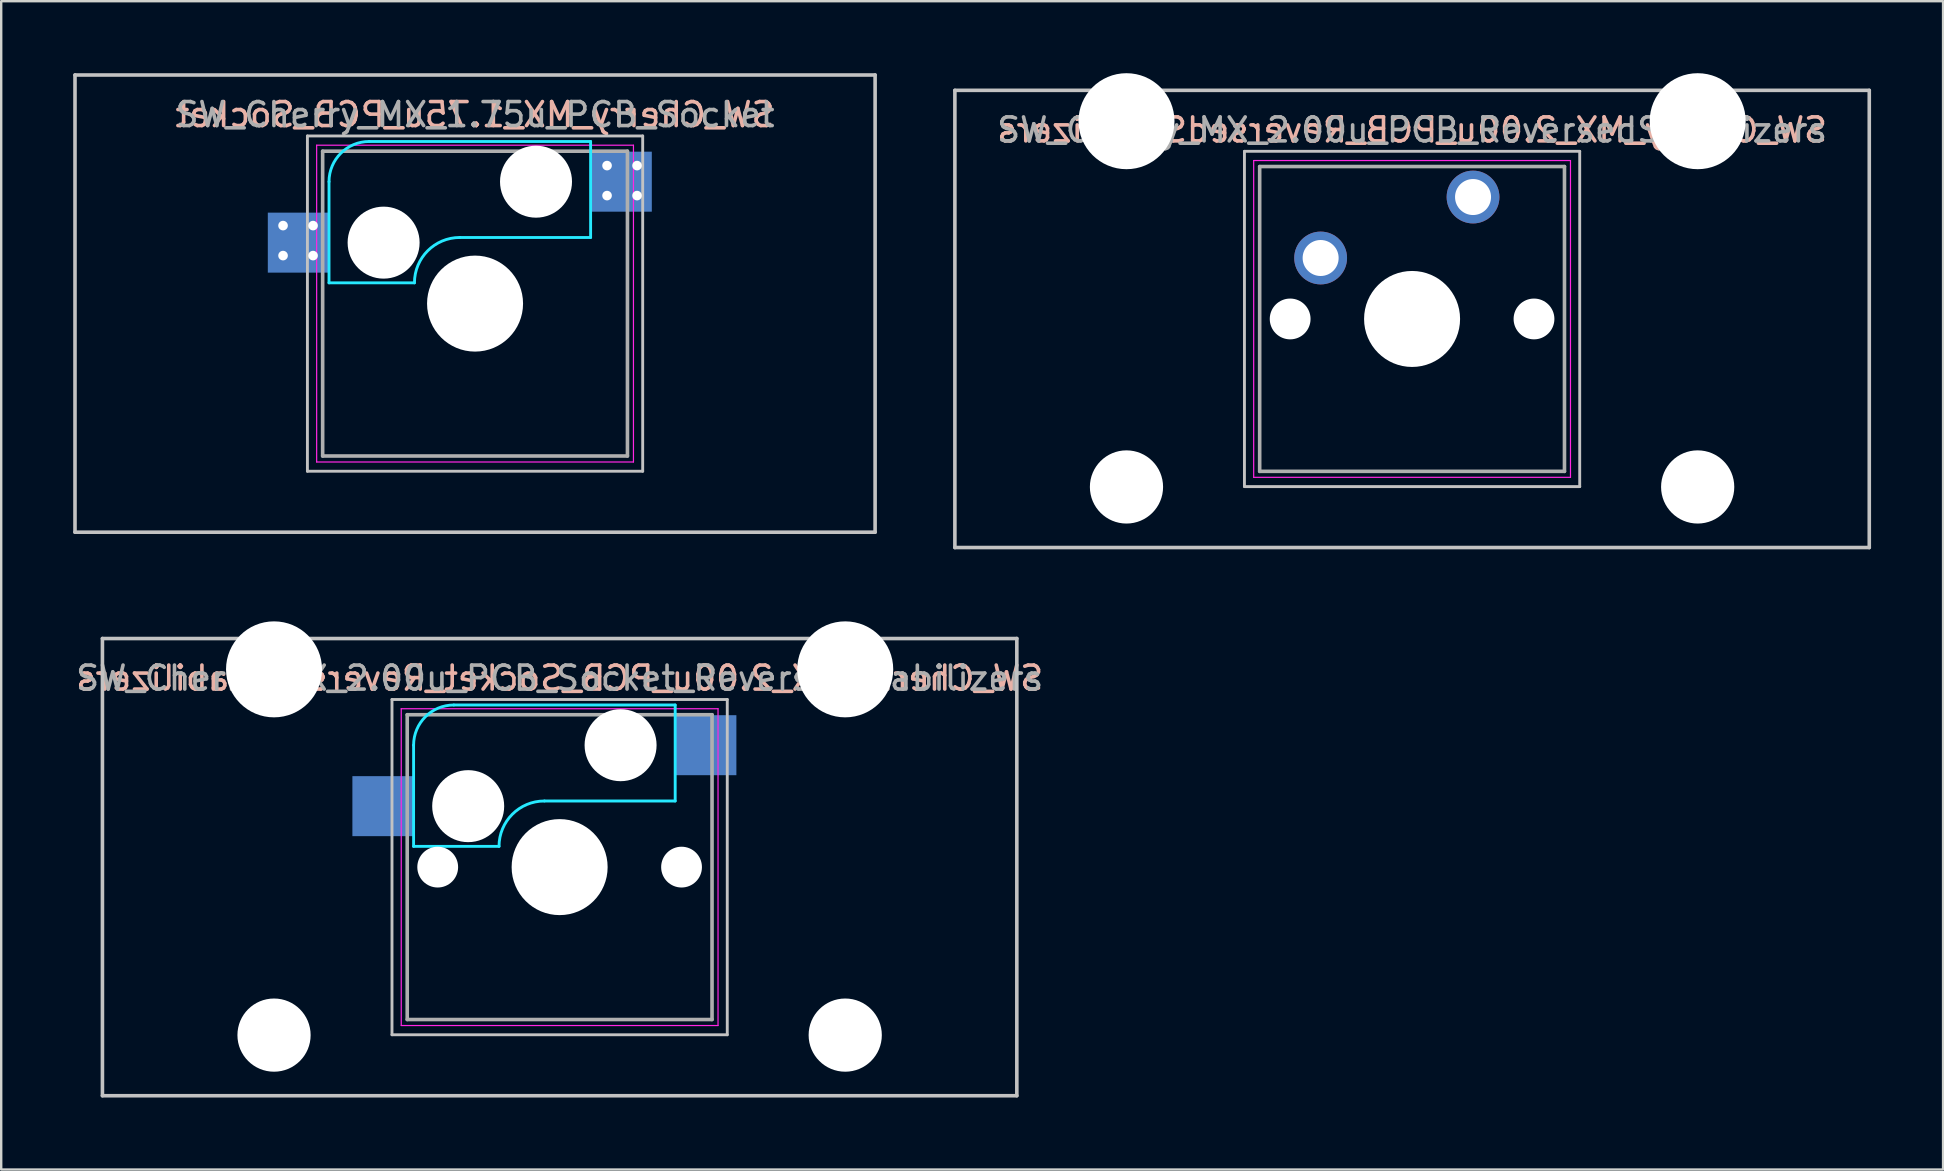
<source format=kicad_pcb>
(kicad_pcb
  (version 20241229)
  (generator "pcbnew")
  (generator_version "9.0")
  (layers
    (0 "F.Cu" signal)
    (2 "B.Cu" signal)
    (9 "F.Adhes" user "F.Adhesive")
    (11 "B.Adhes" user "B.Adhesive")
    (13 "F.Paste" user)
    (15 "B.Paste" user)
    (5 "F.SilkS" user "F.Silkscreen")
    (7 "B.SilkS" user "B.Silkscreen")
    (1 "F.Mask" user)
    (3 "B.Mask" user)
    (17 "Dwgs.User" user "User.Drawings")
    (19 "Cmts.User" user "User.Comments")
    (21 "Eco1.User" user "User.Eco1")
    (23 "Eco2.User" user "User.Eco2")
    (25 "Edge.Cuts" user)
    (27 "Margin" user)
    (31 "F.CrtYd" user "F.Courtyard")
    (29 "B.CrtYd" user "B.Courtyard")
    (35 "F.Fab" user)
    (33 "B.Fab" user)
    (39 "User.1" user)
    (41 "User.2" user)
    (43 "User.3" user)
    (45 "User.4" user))
  (footprint "SW_Cherry_MX_2.00u_PCB_ReversedStabilizers"
    (layer "F.Cu")
    (at 36.737 0.715)
    (property "Reference" "SW_Cherry_MX_2.00u_PCB_ReversedStabilizers" (at 19.05 1.651 0) (layer "B.SilkS") (effects (font (size 1 1) (thickness 0.15)) (justify mirror)))
    (attr through_hole)
    (fp_line (start 0 0) (end 38.1 0) (stroke (width 0.15) (type solid)) (layer "Dwgs.User"))
    (fp_line (start 0 19.05) (end 0 0) (stroke (width 0.15) (type solid)) (layer "Dwgs.User"))
    (fp_line (start 12.065 2.54) (end 26.035 2.54) (stroke (width 0.12) (type solid)) (layer "Dwgs.User"))
    (fp_line (start 12.065 16.51) (end 12.065 2.54) (stroke (width 0.12) (type solid)) (layer "Dwgs.User"))
    (fp_line (start 26.035 2.54) (end 26.035 16.51) (stroke (width 0.12) (type solid)) (layer "Dwgs.User"))
    (fp_line (start 26.035 16.51) (end 12.065 16.51) (stroke (width 0.12) (type solid)) (layer "Dwgs.User"))
    (fp_line (start 38.1 0) (end 38.1 19.05) (stroke (width 0.15) (type solid)) (layer "Dwgs.User"))
    (fp_line (start 38.1 19.05) (end 0 19.05) (stroke (width 0.15) (type solid)) (layer "Dwgs.User"))
    (fp_line (start 12.45 2.925) (end 25.65 2.925) (stroke (width 0.05) (type solid)) (layer "F.CrtYd"))
    (fp_line (start 12.45 16.125) (end 12.45 2.925) (stroke (width 0.05) (type solid)) (layer "F.CrtYd"))
    (fp_line (start 25.65 2.925) (end 25.65 16.125) (stroke (width 0.05) (type solid)) (layer "F.CrtYd"))
    (fp_line (start 25.65 16.125) (end 12.45 16.125) (stroke (width 0.05) (type solid)) (layer "F.CrtYd"))
    (fp_line (start 12.7 3.175) (end 25.4 3.175) (stroke (width 0.15) (type solid)) (layer "F.Fab"))
    (fp_line (start 12.7 15.875) (end 12.7 3.175) (stroke (width 0.15) (type solid)) (layer "F.Fab"))
    (fp_line (start 25.4 3.175) (end 25.4 15.875) (stroke (width 0.15) (type solid)) (layer "F.Fab"))
    (fp_line (start 25.4 15.875) (end 12.7 15.875) (stroke (width 0.15) (type solid)) (layer "F.Fab"))
    (fp_text user "${REFERENCE}" (at 19.05 1.651 0) (layer "F.Fab") (effects (font (size 1 1) (thickness 0.15))))
    (pad "" np_thru_hole circle (at 7.15 1.285) (size 4 4) (drill 4) (layers "*.Cu" "*.Mask"))
    (pad "" np_thru_hole circle (at 7.15 16.525) (size 3.05 3.05) (drill 3.05) (layers "*.Cu" "*.Mask"))
    (pad "" np_thru_hole circle (at 13.97 9.525) (size 1.7 1.7) (drill 1.7) (layers "*.Cu" "*.Mask"))
    (pad "" np_thru_hole circle (at 19.05 9.525) (size 4 4) (drill 4) (layers "*.Cu" "*.Mask"))
    (pad "" np_thru_hole circle (at 24.13 9.525) (size 1.7 1.7) (drill 1.7) (layers "*.Cu" "*.Mask"))
    (pad "" np_thru_hole circle (at 30.95 1.285) (size 4 4) (drill 4) (layers "*.Cu" "*.Mask"))
    (pad "" np_thru_hole circle (at 30.95 16.525) (size 3.05 3.05) (drill 3.05) (layers "*.Cu" "*.Mask"))
    (pad "1" thru_hole circle (at 21.59 4.445) (size 2.2 2.2) (drill 1.5) (layers "*.Cu" "*.Mask"))
    (pad "2" thru_hole circle (at 15.24 6.985) (size 2.2 2.2) (drill 1.5) (layers "*.Cu" "*.Mask")))
  (footprint "SW_Cherry_MX_1.75u_PCB_Socket"
    (layer "F.Cu")
    (at 16.744 9.6)
    (property "Reference" "SW_Cherry_MX_1.75u_PCB_Socket" (at 0 -7.874 0) (layer "B.SilkS") (effects (font (size 1 1) (thickness 0.15)) (justify mirror)))
    (attr through_hole)
    (fp_line (start -16.669 -9.525) (end 16.669 -9.525) (stroke (width 0.15) (type solid)) (layer "Dwgs.User"))
    (fp_line (start -16.669 9.525) (end -16.669 -9.525) (stroke (width 0.15) (type solid)) (layer "Dwgs.User"))
    (fp_line (start -6.985 -6.985) (end 6.985 -6.985) (stroke (width 0.12) (type solid)) (layer "Dwgs.User"))
    (fp_line (start -6.985 6.985) (end -6.985 -6.985) (stroke (width 0.12) (type solid)) (layer "Dwgs.User"))
    (fp_line (start 6.985 -6.985) (end 6.985 6.985) (stroke (width 0.12) (type solid)) (layer "Dwgs.User"))
    (fp_line (start 6.985 6.985) (end -6.985 6.985) (stroke (width 0.12) (type solid)) (layer "Dwgs.User"))
    (fp_line (start 16.669 -9.525) (end 16.669 9.525) (stroke (width 0.15) (type solid)) (layer "Dwgs.User"))
    (fp_line (start 16.669 9.525) (end -16.669 9.525) (stroke (width 0.15) (type solid)) (layer "Dwgs.User"))
    (fp_line (start -6.085 -0.865) (end -6.085 -5.08) (stroke (width 0.12) (type solid)) (layer "B.CrtYd"))
    (fp_line (start -6.085 -0.865) (end -2.525 -0.865) (stroke (width 0.12) (type solid)) (layer "B.CrtYd"))
    (fp_line (start -4.41 -6.755) (end 4.815 -6.755) (stroke (width 0.12) (type solid)) (layer "B.CrtYd"))
    (fp_line (start 4.815 -6.755) (end 4.815 -2.755) (stroke (width 0.12) (type solid)) (layer "B.CrtYd"))
    (fp_line (start 4.815 -2.755) (end -0.635 -2.755) (stroke (width 0.12) (type solid)) (layer "B.CrtYd"))
    (fp_arc (start -6.085 -5.08) (mid -5.594404 -6.264404) (end -4.41 -6.755) (stroke (width 0.12) (type solid)) (layer "B.CrtYd"))
    (fp_arc (start -2.525 -0.865) (mid -1.971432 -2.201432) (end -0.635 -2.755) (stroke (width 0.12) (type solid)) (layer "B.CrtYd"))
    (fp_line (start -6.6 -6.6) (end 6.6 -6.6) (stroke (width 0.05) (type solid)) (layer "F.CrtYd"))
    (fp_line (start -6.6 6.6) (end -6.6 -6.6) (stroke (width 0.05) (type solid)) (layer "F.CrtYd"))
    (fp_line (start 6.6 -6.6) (end 6.6 6.6) (stroke (width 0.05) (type solid)) (layer "F.CrtYd"))
    (fp_line (start 6.6 6.6) (end -6.6 6.6) (stroke (width 0.05) (type solid)) (layer "F.CrtYd"))
    (fp_line (start -6.35 -6.35) (end 6.35 -6.35) (stroke (width 0.15) (type solid)) (layer "F.Fab"))
    (fp_line (start -6.35 6.35) (end -6.35 -6.35) (stroke (width 0.15) (type solid)) (layer "F.Fab"))
    (fp_line (start 6.35 -6.35) (end 6.35 6.35) (stroke (width 0.15) (type solid)) (layer "F.Fab"))
    (fp_line (start 6.35 6.35) (end -6.35 6.35) (stroke (width 0.15) (type solid)) (layer "F.Fab"))
    (fp_text user "${REFERENCE}" (at 0 -7.874 0) (layer "F.Fab") (effects (font (size 1 1) (thickness 0.15))))
    (pad "" np_thru_hole circle (at -3.81 -2.54) (size 3 3) (drill 3) (layers "*.Cu" "*.Mask"))
    (pad "" np_thru_hole circle (at 0 0) (size 4 4) (drill 4) (layers "*.Cu" "*.Mask"))
    (pad "" np_thru_hole circle (at 2.54 -5.08) (size 3 3) (drill 3) (layers "*.Cu" "*.Mask"))
    (pad "1" thru_hole circle (at 5.5 -5.75) (size 0.8 0.8) (drill 0.4) (layers "*.Cu" "*.Mask"))
    (pad "1" thru_hole circle (at 5.5 -4.5) (size 0.8 0.8) (drill 0.4) (layers "*.Cu" "*.Mask"))
    (pad "1" smd rect (at 6.09 -5.08) (size 2.55 2.5) (layers "B.Cu" "B.Mask" "B.Paste"))
    (pad "1" thru_hole circle (at 6.75 -5.75) (size 0.8 0.8) (drill 0.4) (layers "*.Cu" "*.Mask"))
    (pad "1" thru_hole circle (at 6.75 -4.5) (size 0.8 0.8) (drill 0.4) (layers "*.Cu" "*.Mask"))
    (pad "2" thru_hole circle (at -8 -3.25) (size 0.8 0.8) (drill 0.4) (layers "*.Cu" "*.Mask"))
    (pad "2" thru_hole circle (at -8 -2) (size 0.8 0.8) (drill 0.4) (layers "*.Cu" "*.Mask"))
    (pad "2" smd rect (at -7.36 -2.54) (size 2.55 2.5) (layers "B.Cu" "B.Mask" "B.Paste"))
    (pad "2" thru_hole circle (at -6.75 -3.25) (size 0.8 0.8) (drill 0.4) (layers "*.Cu" "*.Mask"))
    (pad "2" thru_hole circle (at -6.75 -2) (size 0.8 0.8) (drill 0.4) (layers "*.Cu" "*.Mask")))
  (footprint "SW_Cherry_MX_2.00u_PCB_Socket_ReversedStabilizers"
    (layer "F.Cu")
    (at 20.268 33.08)
    (property "Reference" "SW_Cherry_MX_2.00u_PCB_Socket_ReversedStabilizers" (at 0 -7.874 0) (layer "B.SilkS") (effects (font (size 1 1) (thickness 0.15)) (justify mirror)))
    (attr through_hole)
    (fp_line (start -19.05 -9.525) (end 19.05 -9.525) (stroke (width 0.15) (type solid)) (layer "Dwgs.User"))
    (fp_line (start -19.05 9.525) (end -19.05 -9.525) (stroke (width 0.15) (type solid)) (layer "Dwgs.User"))
    (fp_line (start -6.985 -6.985) (end 6.985 -6.985) (stroke (width 0.12) (type solid)) (layer "Dwgs.User"))
    (fp_line (start -6.985 6.985) (end -6.985 -6.985) (stroke (width 0.12) (type solid)) (layer "Dwgs.User"))
    (fp_line (start 6.985 -6.985) (end 6.985 6.985) (stroke (width 0.12) (type solid)) (layer "Dwgs.User"))
    (fp_line (start 6.985 6.985) (end -6.985 6.985) (stroke (width 0.12) (type solid)) (layer "Dwgs.User"))
    (fp_line (start 19.05 -9.525) (end 19.05 9.525) (stroke (width 0.15) (type solid)) (layer "Dwgs.User"))
    (fp_line (start 19.05 9.525) (end -19.05 9.525) (stroke (width 0.15) (type solid)) (layer "Dwgs.User"))
    (fp_line (start -6.085 -0.865) (end -6.085 -5.08) (stroke (width 0.12) (type solid)) (layer "B.CrtYd"))
    (fp_line (start -6.085 -0.865) (end -2.525 -0.865) (stroke (width 0.12) (type solid)) (layer "B.CrtYd"))
    (fp_line (start -4.41 -6.755) (end 4.815 -6.755) (stroke (width 0.12) (type solid)) (layer "B.CrtYd"))
    (fp_line (start 4.815 -6.755) (end 4.815 -2.755) (stroke (width 0.12) (type solid)) (layer "B.CrtYd"))
    (fp_line (start 4.815 -2.755) (end -0.635 -2.755) (stroke (width 0.12) (type solid)) (layer "B.CrtYd"))
    (fp_arc (start -6.085 -5.08) (mid -5.594404 -6.264404) (end -4.41 -6.755) (stroke (width 0.12) (type solid)) (layer "B.CrtYd"))
    (fp_arc (start -2.525 -0.865) (mid -1.971432 -2.201432) (end -0.635 -2.755) (stroke (width 0.12) (type solid)) (layer "B.CrtYd"))
    (fp_line (start -6.6 -6.6) (end 6.6 -6.6) (stroke (width 0.05) (type solid)) (layer "F.CrtYd"))
    (fp_line (start -6.6 6.6) (end -6.6 -6.6) (stroke (width 0.05) (type solid)) (layer "F.CrtYd"))
    (fp_line (start 6.6 -6.6) (end 6.6 6.6) (stroke (width 0.05) (type solid)) (layer "F.CrtYd"))
    (fp_line (start 6.6 6.6) (end -6.6 6.6) (stroke (width 0.05) (type solid)) (layer "F.CrtYd"))
    (fp_line (start -6.35 -6.35) (end 6.35 -6.35) (stroke (width 0.15) (type solid)) (layer "F.Fab"))
    (fp_line (start -6.35 6.35) (end -6.35 -6.35) (stroke (width 0.15) (type solid)) (layer "F.Fab"))
    (fp_line (start 6.35 -6.35) (end 6.35 6.35) (stroke (width 0.15) (type solid)) (layer "F.Fab"))
    (fp_line (start 6.35 6.35) (end -6.35 6.35) (stroke (width 0.15) (type solid)) (layer "F.Fab"))
    (fp_text user "${REFERENCE}" (at 0 -7.874 0) (layer "F.Fab") (effects (font (size 1 1) (thickness 0.15))))
    (pad "" np_thru_hole circle (at -11.9 -8.24) (size 4 4) (drill 4) (layers "*.Cu" "*.Mask"))
    (pad "" np_thru_hole circle (at -11.9 7) (size 3.05 3.05) (drill 3.05) (layers "*.Cu" "*.Mask"))
    (pad "" np_thru_hole circle (at -5.08 0) (size 1.7 1.7) (drill 1.7) (layers "*.Cu" "*.Mask"))
    (pad "" np_thru_hole circle (at -3.81 -2.54) (size 3 3) (drill 3) (layers "*.Cu" "*.Mask"))
    (pad "" np_thru_hole circle (at 0 0) (size 4 4) (drill 4) (layers "*.Cu" "*.Mask"))
    (pad "" np_thru_hole circle (at 2.54 -5.08) (size 3 3) (drill 3) (layers "*.Cu" "*.Mask"))
    (pad "" np_thru_hole circle (at 5.08 0) (size 1.7 1.7) (drill 1.7) (layers "*.Cu" "*.Mask"))
    (pad "" np_thru_hole circle (at 11.9 -8.24) (size 4 4) (drill 4) (layers "*.Cu" "*.Mask"))
    (pad "" np_thru_hole circle (at 11.9 7) (size 3.05 3.05) (drill 3.05) (layers "*.Cu" "*.Mask"))
    (pad "1" smd rect (at 6.09 -5.08) (size 2.55 2.5) (layers "B.Cu" "B.Mask" "B.Paste"))
    (pad "2" smd rect (at -7.36 -2.54) (size 2.55 2.5) (layers "B.Cu" "B.Mask" "B.Paste")))
  (gr_rect
    (start -3 -3)
    (end 77.912 45.68)
    (stroke (width 0.1) (type default))
    (fill no)
    (layer "Edge.Cuts")))
</source>
